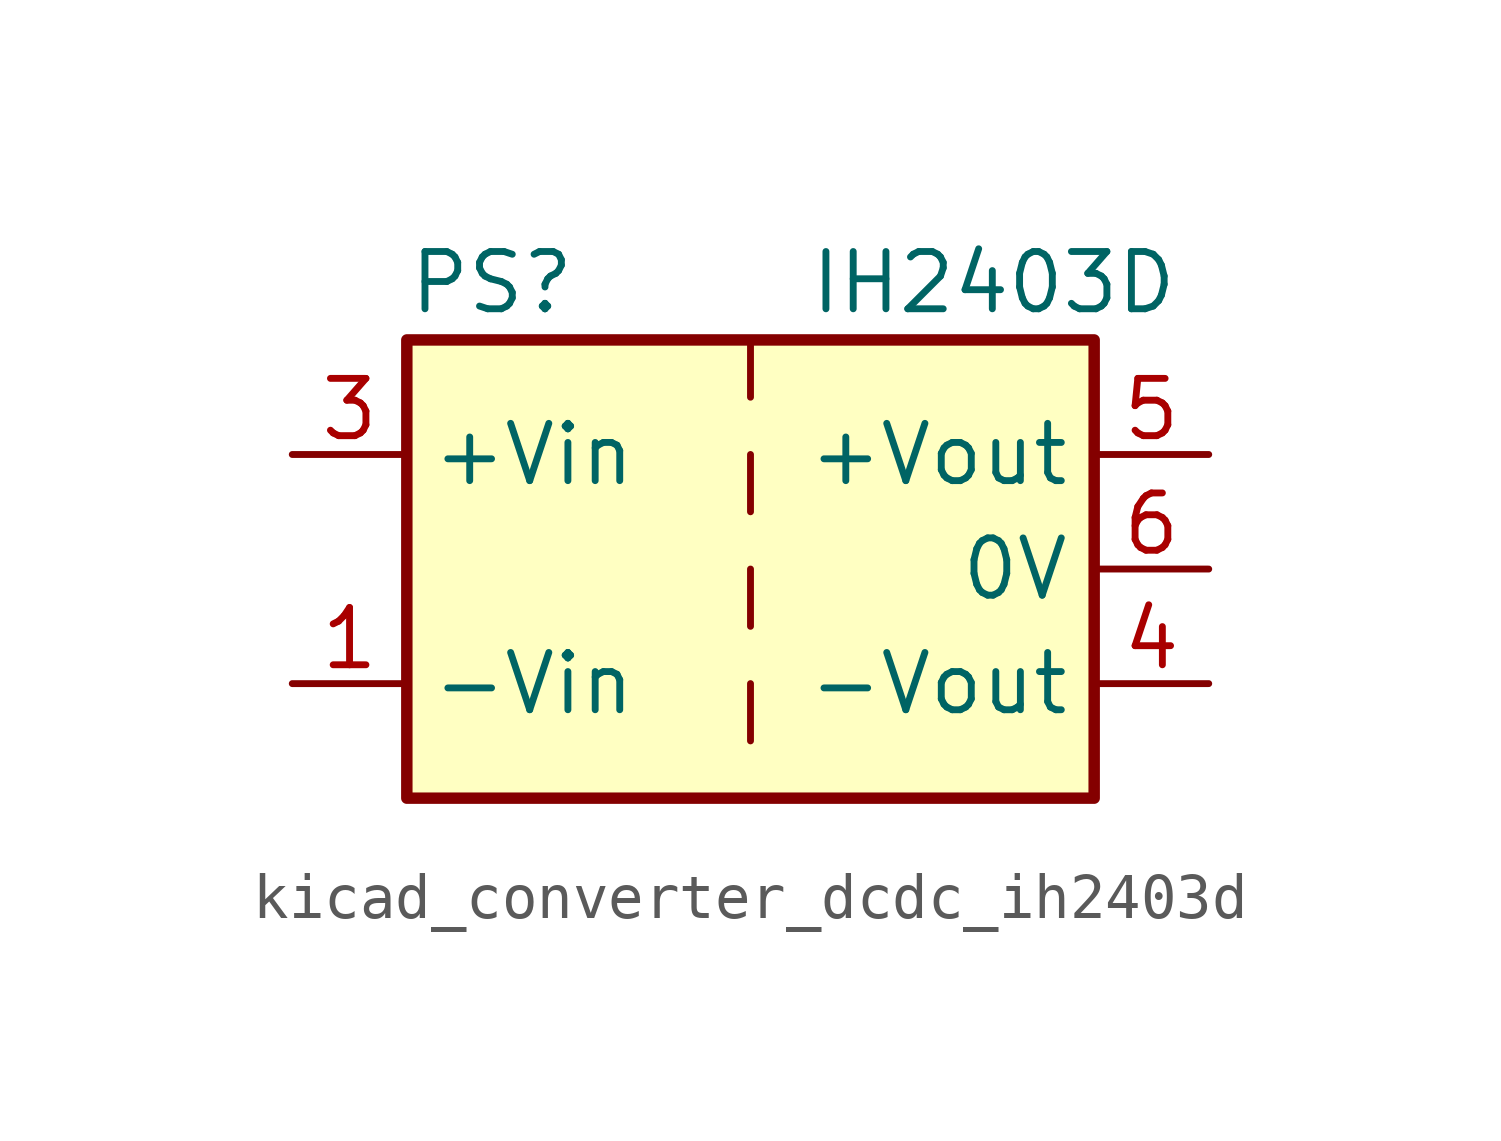
<source format=kicad_sym>
(kicad_symbol_lib
  (version 20220914)
  (generator kicad_symbol_editor)
  (symbol "kicad_converter_dcdc_ih2403d"
    (property "Reference" "PS"
      (at -7.62 6.35 0)
      (effects (font (size 1.27 1.27)) (justify left)))
    (property "Value" "IH2403D"
      (at 1.27 6.35 0)
      (effects (font (size 1.27 1.27)) (justify left)))
    (symbol "kicad_converter_dcdc_ih2403d_0_0"
      (pin power_in line (at -10.16 -2.54 0) (length 2.54) (name "-Vin" (effects (font (size 1.27 1.27)))) (number "1" (effects (font (size 1.27 1.27)))))
      (pin power_in line (at -10.16 2.54 0) (length 2.54) (name "+Vin" (effects (font (size 1.27 1.27)))) (number "3" (effects (font (size 1.27 1.27)))))
      (pin power_out line (at 10.16 -2.54 180) (length 2.54) (name "-Vout" (effects (font (size 1.27 1.27)))) (number "4" (effects (font (size 1.27 1.27)))))
      (pin power_out line (at 10.16 2.54 180) (length 2.54) (name "+Vout" (effects (font (size 1.27 1.27)))) (number "5" (effects (font (size 1.27 1.27)))))
      (pin power_out line (at 10.16 0 180) (length 2.54) (name "0V" (effects (font (size 1.27 1.27)))) (number "6" (effects (font (size 1.27 1.27))))))
    (symbol "kicad_converter_dcdc_ih2403d_0_1"
      (rectangle (start -7.62 5.08) (end 7.62 -5.08) (stroke (width 0.254) (type default)) (fill (type background)))
      (polyline (pts (xy 0 -2.54) (xy 0 -3.81)) (stroke (width 0) (type default)) (fill (type none)))
      (polyline (pts (xy 0 0) (xy 0 -1.27)) (stroke (width 0) (type default)) (fill (type none)))
      (polyline (pts (xy 0 2.54) (xy 0 1.27)) (stroke (width 0) (type default)) (fill (type none)))
      (polyline (pts (xy 0 5.08) (xy 0 3.81)) (stroke (width 0) (type default)) (fill (type none))))
    (symbol "kicad_converter_dcdc_ih2403d_1_1"
      (pin no_connect line (at 0 -5.08 90) (length 2.54) hide (name "NC" (effects (font (size 1.27 1.27)))) (number "2" (effects (font (size 1.27 1.27))))))))
</source>
